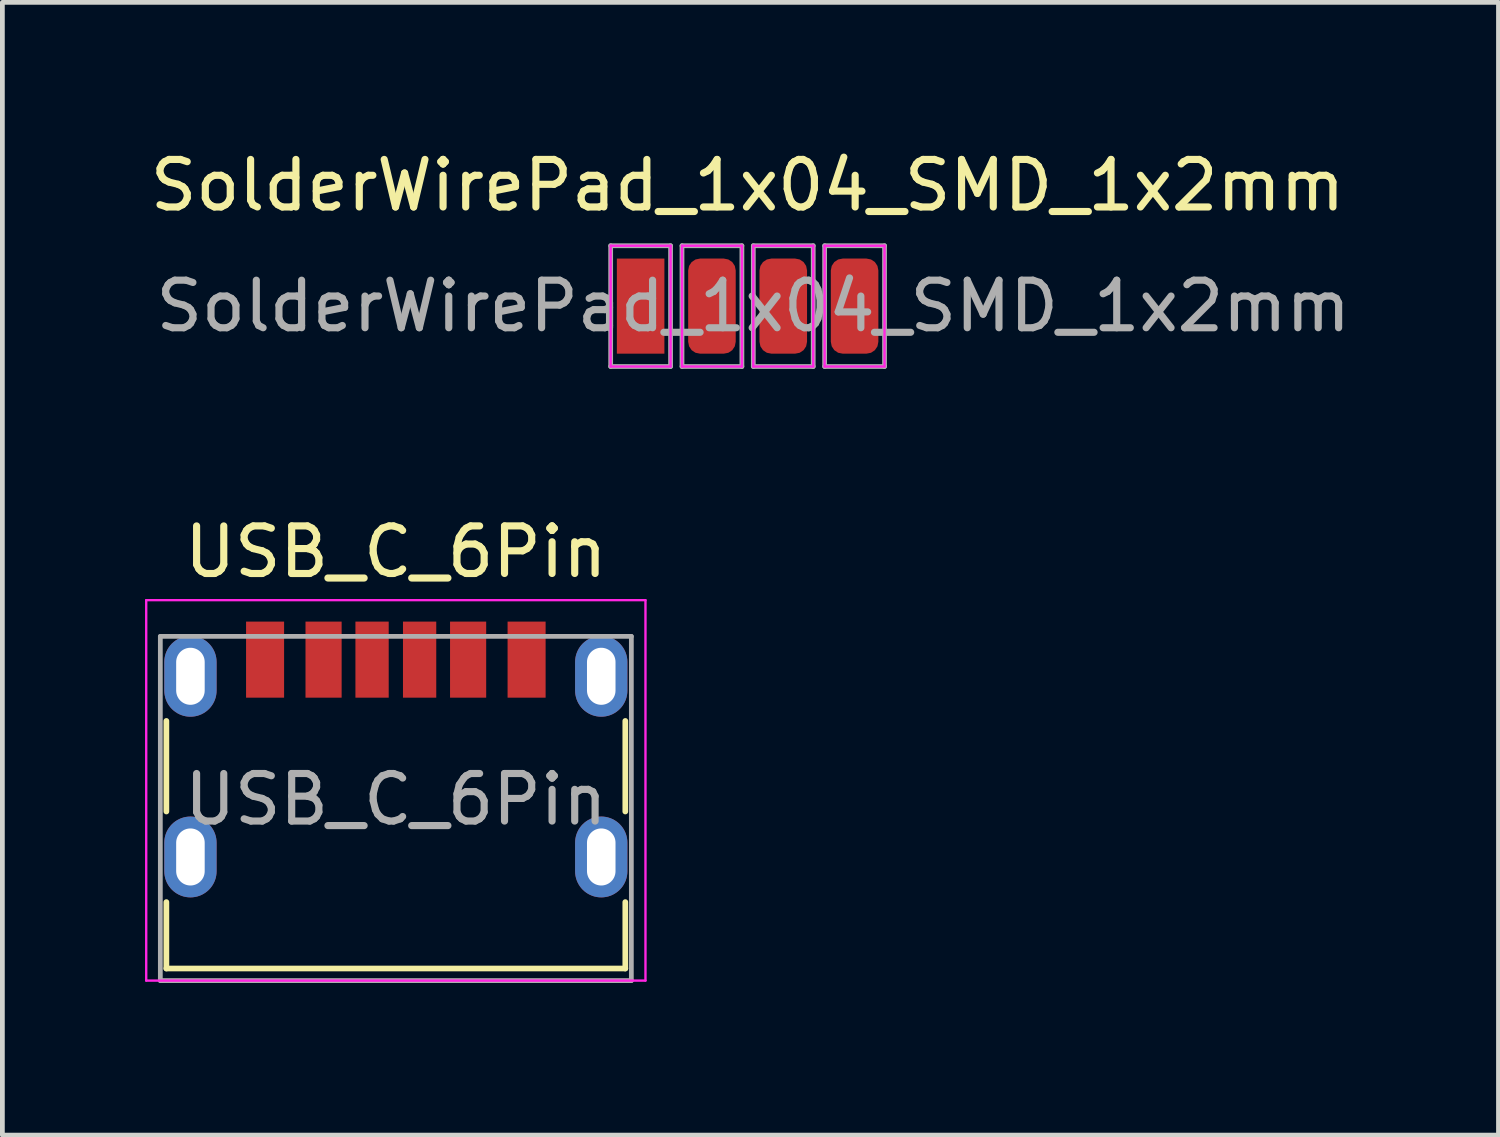
<source format=kicad_pcb>
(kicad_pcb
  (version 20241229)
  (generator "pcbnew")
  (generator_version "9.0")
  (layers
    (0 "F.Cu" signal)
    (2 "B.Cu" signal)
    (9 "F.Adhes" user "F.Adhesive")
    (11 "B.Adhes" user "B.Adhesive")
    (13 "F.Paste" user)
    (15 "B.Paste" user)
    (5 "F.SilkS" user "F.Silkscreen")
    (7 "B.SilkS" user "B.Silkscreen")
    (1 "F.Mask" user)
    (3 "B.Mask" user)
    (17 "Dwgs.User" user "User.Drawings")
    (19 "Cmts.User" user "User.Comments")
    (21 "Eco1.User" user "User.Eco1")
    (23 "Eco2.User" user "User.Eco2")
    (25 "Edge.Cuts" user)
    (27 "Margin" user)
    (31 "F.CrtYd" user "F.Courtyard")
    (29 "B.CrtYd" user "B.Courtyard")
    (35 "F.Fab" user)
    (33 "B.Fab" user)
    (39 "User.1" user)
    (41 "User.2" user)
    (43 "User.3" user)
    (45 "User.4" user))
  (footprint "USB_C_6Pin"
    (layer "F.Cu")
    (at 5.275 17.573)
    (property "Reference" "USB_C_6Pin" (at 0 -9.017 0) (unlocked yes) (layer "F.SilkS") (effects (font (size 1 1) (thickness 0.15))))
    (attr smd)
    (fp_line (start -4.826 -5.461) (end -4.826 -3.556) (stroke (width 0.12) (type solid)) (layer "F.SilkS"))
    (fp_line (start -4.826 -1.651) (end -4.826 -0.254) (stroke (width 0.12) (type solid)) (layer "F.SilkS"))
    (fp_line (start -4.826 -0.254) (end 4.826 -0.254) (stroke (width 0.12) (type solid)) (layer "F.SilkS"))
    (fp_line (start 4.826 -5.461) (end 4.826 -3.556) (stroke (width 0.12) (type solid)) (layer "F.SilkS"))
    (fp_line (start 4.826 -0.254) (end 4.826 -1.651) (stroke (width 0.12) (type solid)) (layer "F.SilkS"))
    (fp_line (start -5.25 -8.001) (end -5.25 0) (stroke (width 0.05) (type solid)) (layer "F.CrtYd"))
    (fp_line (start -5.25 0) (end 5.25 0) (stroke (width 0.05) (type solid)) (layer "F.CrtYd"))
    (fp_line (start 5.25 -8.001) (end -5.25 -8.001) (stroke (width 0.05) (type solid)) (layer "F.CrtYd"))
    (fp_line (start 5.25 0) (end 5.25 -8.001) (stroke (width 0.05) (type solid)) (layer "F.CrtYd"))
    (fp_line (start -4.953 -7.239) (end -4.953 0) (stroke (width 0.1) (type solid)) (layer "F.Fab"))
    (fp_line (start -4.953 0) (end 4.953 0) (stroke (width 0.1) (type solid)) (layer "F.Fab"))
    (fp_line (start 4.953 -7.239) (end -4.953 -7.239) (stroke (width 0.1) (type solid)) (layer "F.Fab"))
    (fp_line (start 4.953 0) (end 4.953 -7.239) (stroke (width 0.1) (type solid)) (layer "F.Fab"))
    (fp_text user "${REFERENCE}" (at 0 -3.81 0) (unlocked yes) (layer "F.Fab") (effects (font (size 1 1) (thickness 0.15))))
    (pad "A5" smd rect (at -0.5 -6.75) (size 0.7 1.6) (layers "F.Cu" "F.Mask" "F.Paste"))
    (pad "A9" smd rect (at 1.52 -6.75) (size 0.76 1.6) (layers "F.Cu" "F.Mask" "F.Paste"))
    (pad "A12" smd rect (at 2.75 -6.75) (size 0.8 1.6) (layers "F.Cu" "F.Mask" "F.Paste"))
    (pad "B5" smd rect (at 0.5 -6.75) (size 0.7 1.6) (layers "F.Cu" "F.Mask" "F.Paste"))
    (pad "B9" smd rect (at -1.52 -6.75) (size 0.76 1.6) (layers "F.Cu" "F.Mask" "F.Paste"))
    (pad "B12" smd rect (at -2.75 -6.75) (size 0.8 1.6) (layers "F.Cu" "F.Mask" "F.Paste"))
    (pad "S1" thru_hole oval (at -4.32 -6.4) (size 1.1 1.7) (drill oval 0.6 1.2) (layers "*.Cu" "*.Mask"))
    (pad "S1" thru_hole oval (at -4.32 -2.6) (size 1.1 1.7) (drill oval 0.6 1.2) (layers "*.Cu" "*.Mask"))
    (pad "S1" thru_hole oval (at 4.32 -6.4) (size 1.1 1.7) (drill oval 0.6 1.2) (layers "*.Cu" "*.Mask"))
    (pad "S1" thru_hole oval (at 4.32 -2.6) (size 1.1 1.7) (drill oval 0.6 1.2) (layers "*.Cu" "*.Mask")))
  (footprint "SolderWirePad_1x04_SMD_1x2mm"
    (layer "F.Cu")
    (at 12.673 3.388)
    (property "Reference" "SolderWirePad_1x04_SMD_1x2mm" (at 0 -2.54 0) (layer "F.SilkS") (effects (font (size 1 1) (thickness 0.15))))
    (attr exclude_from_pos_files exclude_from_bom)
    (fp_line (start -2.88 -1.27) (end -2.88 1.27) (stroke (width 0.05) (type solid)) (layer "F.CrtYd"))
    (fp_line (start -2.88 1.27) (end -1.62 1.27) (stroke (width 0.05) (type solid)) (layer "F.CrtYd"))
    (fp_line (start -1.62 -1.27) (end -2.88 -1.27) (stroke (width 0.05) (type solid)) (layer "F.CrtYd"))
    (fp_line (start -1.62 1.27) (end -1.62 -1.27) (stroke (width 0.05) (type solid)) (layer "F.CrtYd"))
    (fp_line (start -1.38 -1.27) (end -1.38 1.27) (stroke (width 0.05) (type solid)) (layer "F.CrtYd"))
    (fp_line (start -1.38 1.27) (end -0.12 1.27) (stroke (width 0.05) (type solid)) (layer "F.CrtYd"))
    (fp_line (start -0.12 -1.27) (end -1.38 -1.27) (stroke (width 0.05) (type solid)) (layer "F.CrtYd"))
    (fp_line (start -0.12 1.27) (end -0.12 -1.27) (stroke (width 0.05) (type solid)) (layer "F.CrtYd"))
    (fp_line (start 0.12 -1.27) (end 0.12 1.27) (stroke (width 0.05) (type solid)) (layer "F.CrtYd"))
    (fp_line (start 0.12 1.27) (end 1.38 1.27) (stroke (width 0.05) (type solid)) (layer "F.CrtYd"))
    (fp_line (start 1.38 -1.27) (end 0.12 -1.27) (stroke (width 0.05) (type solid)) (layer "F.CrtYd"))
    (fp_line (start 1.38 1.27) (end 1.38 -1.27) (stroke (width 0.05) (type solid)) (layer "F.CrtYd"))
    (fp_line (start 1.62 -1.27) (end 1.62 1.27) (stroke (width 0.05) (type solid)) (layer "F.CrtYd"))
    (fp_line (start 1.62 1.27) (end 2.88 1.27) (stroke (width 0.05) (type solid)) (layer "F.CrtYd"))
    (fp_line (start 2.88 -1.27) (end 1.62 -1.27) (stroke (width 0.05) (type solid)) (layer "F.CrtYd"))
    (fp_line (start 2.88 1.27) (end 2.88 -1.27) (stroke (width 0.05) (type solid)) (layer "F.CrtYd"))
    (fp_line (start -2.88 -1.27) (end -1.62 -1.27) (stroke (width 0.1) (type solid)) (layer "F.Fab"))
    (fp_line (start -2.88 1.27) (end -2.88 -1.27) (stroke (width 0.1) (type solid)) (layer "F.Fab"))
    (fp_line (start -1.62 -1.27) (end -1.62 1.27) (stroke (width 0.1) (type solid)) (layer "F.Fab"))
    (fp_line (start -1.62 1.27) (end -2.88 1.27) (stroke (width 0.1) (type solid)) (layer "F.Fab"))
    (fp_line (start -1.38 -1.27) (end -0.12 -1.27) (stroke (width 0.1) (type solid)) (layer "F.Fab"))
    (fp_line (start -1.38 1.27) (end -1.38 -1.27) (stroke (width 0.1) (type solid)) (layer "F.Fab"))
    (fp_line (start -0.12 -1.27) (end -0.12 1.27) (stroke (width 0.1) (type solid)) (layer "F.Fab"))
    (fp_line (start -0.12 1.27) (end -1.38 1.27) (stroke (width 0.1) (type solid)) (layer "F.Fab"))
    (fp_line (start 0.12 -1.27) (end 1.38 -1.27) (stroke (width 0.1) (type solid)) (layer "F.Fab"))
    (fp_line (start 0.12 1.27) (end 0.12 -1.27) (stroke (width 0.1) (type solid)) (layer "F.Fab"))
    (fp_line (start 1.38 -1.27) (end 1.38 1.27) (stroke (width 0.1) (type solid)) (layer "F.Fab"))
    (fp_line (start 1.38 1.27) (end 0.12 1.27) (stroke (width 0.1) (type solid)) (layer "F.Fab"))
    (fp_line (start 1.62 -1.27) (end 2.88 -1.27) (stroke (width 0.1) (type solid)) (layer "F.Fab"))
    (fp_line (start 1.62 1.27) (end 1.62 -1.27) (stroke (width 0.1) (type solid)) (layer "F.Fab"))
    (fp_line (start 2.88 -1.27) (end 2.88 1.27) (stroke (width 0.1) (type solid)) (layer "F.Fab"))
    (fp_line (start 2.88 1.27) (end 1.62 1.27) (stroke (width 0.1) (type solid)) (layer "F.Fab"))
    (fp_text user "${REFERENCE}" (at 0.12 0 0) (layer "F.Fab") (effects (font (size 1 1) (thickness 0.15))))
    (pad "1" smd rect (at -2.25 0) (size 1 2) (layers "F.Cu" "F.Mask" "F.Paste"))
    (pad "2" smd roundrect (at -0.75 0) (size 1 2) (layers "F.Cu" "F.Mask" "F.Paste") (roundrect_rratio 0.25))
    (pad "3" smd roundrect (at 0.75 0) (size 1 2) (layers "F.Cu" "F.Mask" "F.Paste") (roundrect_rratio 0.25))
    (pad "4" smd roundrect (at 2.25 0) (size 1 2) (layers "F.Cu" "F.Mask" "F.Paste") (roundrect_rratio 0.25)))
  (gr_rect
    (start -3 -3)
    (end 28.465 20.823)
    (stroke (width 0.1) (type default))
    (fill no)
    (layer "Edge.Cuts")))
</source>
